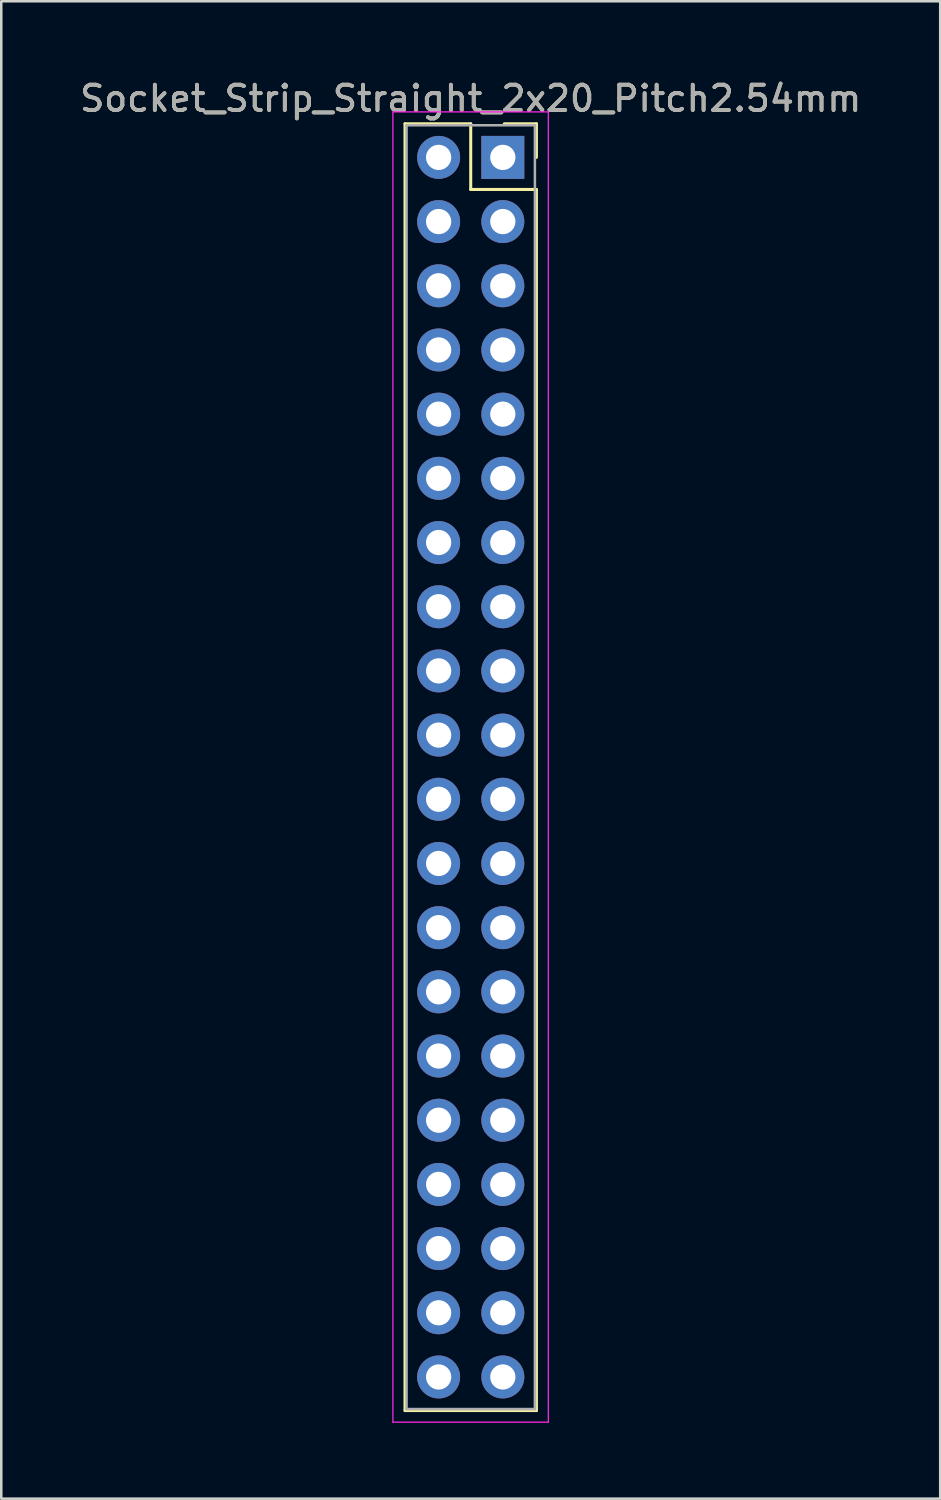
<source format=kicad_pcb>
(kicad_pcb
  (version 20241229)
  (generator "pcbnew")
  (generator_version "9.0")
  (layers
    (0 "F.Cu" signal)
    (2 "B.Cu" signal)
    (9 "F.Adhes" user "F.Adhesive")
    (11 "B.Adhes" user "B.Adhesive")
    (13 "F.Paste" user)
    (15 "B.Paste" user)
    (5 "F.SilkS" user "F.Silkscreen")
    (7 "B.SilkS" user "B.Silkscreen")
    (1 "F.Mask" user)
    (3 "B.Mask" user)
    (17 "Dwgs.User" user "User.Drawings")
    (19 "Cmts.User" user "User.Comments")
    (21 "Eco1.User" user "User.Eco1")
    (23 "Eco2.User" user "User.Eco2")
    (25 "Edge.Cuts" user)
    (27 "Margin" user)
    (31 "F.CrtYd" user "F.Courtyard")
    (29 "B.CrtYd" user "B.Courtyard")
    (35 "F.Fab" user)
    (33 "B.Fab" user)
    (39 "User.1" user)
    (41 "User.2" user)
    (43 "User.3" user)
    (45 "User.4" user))
  (footprint "Socket_Strip_Straight_2x20_Pitch2.54mm"
    (layer "F.Cu")
    (at 16.847 3.178)
    (property "Reference" "Socket_Strip_Straight_2x20_Pitch2.54mm" (at -1.27 -2.33 0) (layer "F.SilkS") (effects (font (size 1 1) (thickness 0.15))))
    (attr through_hole)
    (fp_line (start -3.87 -1.33) (end -1.27 -1.33) (stroke (width 0.12) (type solid)) (layer "F.SilkS"))
    (fp_line (start -3.87 49.59) (end -3.87 -1.33) (stroke (width 0.12) (type solid)) (layer "F.SilkS"))
    (fp_line (start -1.27 -1.33) (end -1.27 1.27) (stroke (width 0.12) (type solid)) (layer "F.SilkS"))
    (fp_line (start -1.27 1.27) (end 1.33 1.27) (stroke (width 0.12) (type solid)) (layer "F.SilkS"))
    (fp_line (start 1.33 -1.33) (end 0.06 -1.33) (stroke (width 0.12) (type solid)) (layer "F.SilkS"))
    (fp_line (start 1.33 0) (end 1.33 -1.33) (stroke (width 0.12) (type solid)) (layer "F.SilkS"))
    (fp_line (start 1.33 1.27) (end 1.33 49.59) (stroke (width 0.12) (type solid)) (layer "F.SilkS"))
    (fp_line (start 1.33 49.59) (end -3.87 49.59) (stroke (width 0.12) (type solid)) (layer "F.SilkS"))
    (fp_line (start -4.35 -1.8) (end -4.35 50.05) (stroke (width 0.05) (type solid)) (layer "F.CrtYd"))
    (fp_line (start -4.35 50.05) (end 1.8 50.05) (stroke (width 0.05) (type solid)) (layer "F.CrtYd"))
    (fp_line (start 1.8 -1.8) (end -4.35 -1.8) (stroke (width 0.05) (type solid)) (layer "F.CrtYd"))
    (fp_line (start 1.8 50.05) (end 1.8 -1.8) (stroke (width 0.05) (type solid)) (layer "F.CrtYd"))
    (fp_line (start -3.81 -1.27) (end -3.81 49.53) (stroke (width 0.1) (type solid)) (layer "F.Fab"))
    (fp_line (start -3.81 49.53) (end 1.27 49.53) (stroke (width 0.1) (type solid)) (layer "F.Fab"))
    (fp_line (start 1.27 -1.27) (end -3.81 -1.27) (stroke (width 0.1) (type solid)) (layer "F.Fab"))
    (fp_line (start 1.27 49.53) (end 1.27 -1.27) (stroke (width 0.1) (type solid)) (layer "F.Fab"))
    (fp_text user "${REFERENCE}" (at -1.27 -2.33 0) (layer "F.Fab") (effects (font (size 1 1) (thickness 0.15))))
    (pad "1" thru_hole rect (at 0 0) (size 1.7 1.7) (drill 1) (layers "*.Cu" "*.Mask"))
    (pad "2" thru_hole oval (at -2.54 0) (size 1.7 1.7) (drill 1) (layers "*.Cu" "*.Mask"))
    (pad "3" thru_hole oval (at 0 2.54) (size 1.7 1.7) (drill 1) (layers "*.Cu" "*.Mask"))
    (pad "4" thru_hole oval (at -2.54 2.54) (size 1.7 1.7) (drill 1) (layers "*.Cu" "*.Mask"))
    (pad "5" thru_hole oval (at 0 5.08) (size 1.7 1.7) (drill 1) (layers "*.Cu" "*.Mask"))
    (pad "6" thru_hole oval (at -2.54 5.08) (size 1.7 1.7) (drill 1) (layers "*.Cu" "*.Mask"))
    (pad "7" thru_hole oval (at 0 7.62) (size 1.7 1.7) (drill 1) (layers "*.Cu" "*.Mask"))
    (pad "8" thru_hole oval (at -2.54 7.62) (size 1.7 1.7) (drill 1) (layers "*.Cu" "*.Mask"))
    (pad "9" thru_hole oval (at 0 10.16) (size 1.7 1.7) (drill 1) (layers "*.Cu" "*.Mask"))
    (pad "10" thru_hole oval (at -2.54 10.16) (size 1.7 1.7) (drill 1) (layers "*.Cu" "*.Mask"))
    (pad "11" thru_hole oval (at 0 12.7) (size 1.7 1.7) (drill 1) (layers "*.Cu" "*.Mask"))
    (pad "12" thru_hole oval (at -2.54 12.7) (size 1.7 1.7) (drill 1) (layers "*.Cu" "*.Mask"))
    (pad "13" thru_hole oval (at 0 15.24) (size 1.7 1.7) (drill 1) (layers "*.Cu" "*.Mask"))
    (pad "14" thru_hole oval (at -2.54 15.24) (size 1.7 1.7) (drill 1) (layers "*.Cu" "*.Mask"))
    (pad "15" thru_hole oval (at 0 17.78) (size 1.7 1.7) (drill 1) (layers "*.Cu" "*.Mask"))
    (pad "16" thru_hole oval (at -2.54 17.78) (size 1.7 1.7) (drill 1) (layers "*.Cu" "*.Mask"))
    (pad "17" thru_hole oval (at 0 20.32) (size 1.7 1.7) (drill 1) (layers "*.Cu" "*.Mask"))
    (pad "18" thru_hole oval (at -2.54 20.32) (size 1.7 1.7) (drill 1) (layers "*.Cu" "*.Mask"))
    (pad "19" thru_hole oval (at 0 22.86) (size 1.7 1.7) (drill 1) (layers "*.Cu" "*.Mask"))
    (pad "20" thru_hole oval (at -2.54 22.86) (size 1.7 1.7) (drill 1) (layers "*.Cu" "*.Mask"))
    (pad "21" thru_hole oval (at 0 25.4) (size 1.7 1.7) (drill 1) (layers "*.Cu" "*.Mask"))
    (pad "22" thru_hole oval (at -2.54 25.4) (size 1.7 1.7) (drill 1) (layers "*.Cu" "*.Mask"))
    (pad "23" thru_hole oval (at 0 27.94) (size 1.7 1.7) (drill 1) (layers "*.Cu" "*.Mask"))
    (pad "24" thru_hole oval (at -2.54 27.94) (size 1.7 1.7) (drill 1) (layers "*.Cu" "*.Mask"))
    (pad "25" thru_hole oval (at 0 30.48) (size 1.7 1.7) (drill 1) (layers "*.Cu" "*.Mask"))
    (pad "26" thru_hole oval (at -2.54 30.48) (size 1.7 1.7) (drill 1) (layers "*.Cu" "*.Mask"))
    (pad "27" thru_hole oval (at 0 33.02) (size 1.7 1.7) (drill 1) (layers "*.Cu" "*.Mask"))
    (pad "28" thru_hole oval (at -2.54 33.02) (size 1.7 1.7) (drill 1) (layers "*.Cu" "*.Mask"))
    (pad "29" thru_hole oval (at 0 35.56) (size 1.7 1.7) (drill 1) (layers "*.Cu" "*.Mask"))
    (pad "30" thru_hole oval (at -2.54 35.56) (size 1.7 1.7) (drill 1) (layers "*.Cu" "*.Mask"))
    (pad "31" thru_hole oval (at 0 38.1) (size 1.7 1.7) (drill 1) (layers "*.Cu" "*.Mask"))
    (pad "32" thru_hole oval (at -2.54 38.1) (size 1.7 1.7) (drill 1) (layers "*.Cu" "*.Mask"))
    (pad "33" thru_hole oval (at 0 40.64) (size 1.7 1.7) (drill 1) (layers "*.Cu" "*.Mask"))
    (pad "34" thru_hole oval (at -2.54 40.64) (size 1.7 1.7) (drill 1) (layers "*.Cu" "*.Mask"))
    (pad "35" thru_hole oval (at 0 43.18) (size 1.7 1.7) (drill 1) (layers "*.Cu" "*.Mask"))
    (pad "36" thru_hole oval (at -2.54 43.18) (size 1.7 1.7) (drill 1) (layers "*.Cu" "*.Mask"))
    (pad "37" thru_hole oval (at 0 45.72) (size 1.7 1.7) (drill 1) (layers "*.Cu" "*.Mask"))
    (pad "38" thru_hole oval (at -2.54 45.72) (size 1.7 1.7) (drill 1) (layers "*.Cu" "*.Mask"))
    (pad "39" thru_hole oval (at 0 48.26) (size 1.7 1.7) (drill 1) (layers "*.Cu" "*.Mask"))
    (pad "40" thru_hole oval (at -2.54 48.26) (size 1.7 1.7) (drill 1) (layers "*.Cu" "*.Mask")))
  (gr_rect
    (start -3 -3)
    (end 34.155 56.253)
    (stroke (width 0.1) (type default))
    (fill no)
    (layer "Edge.Cuts")))
</source>
